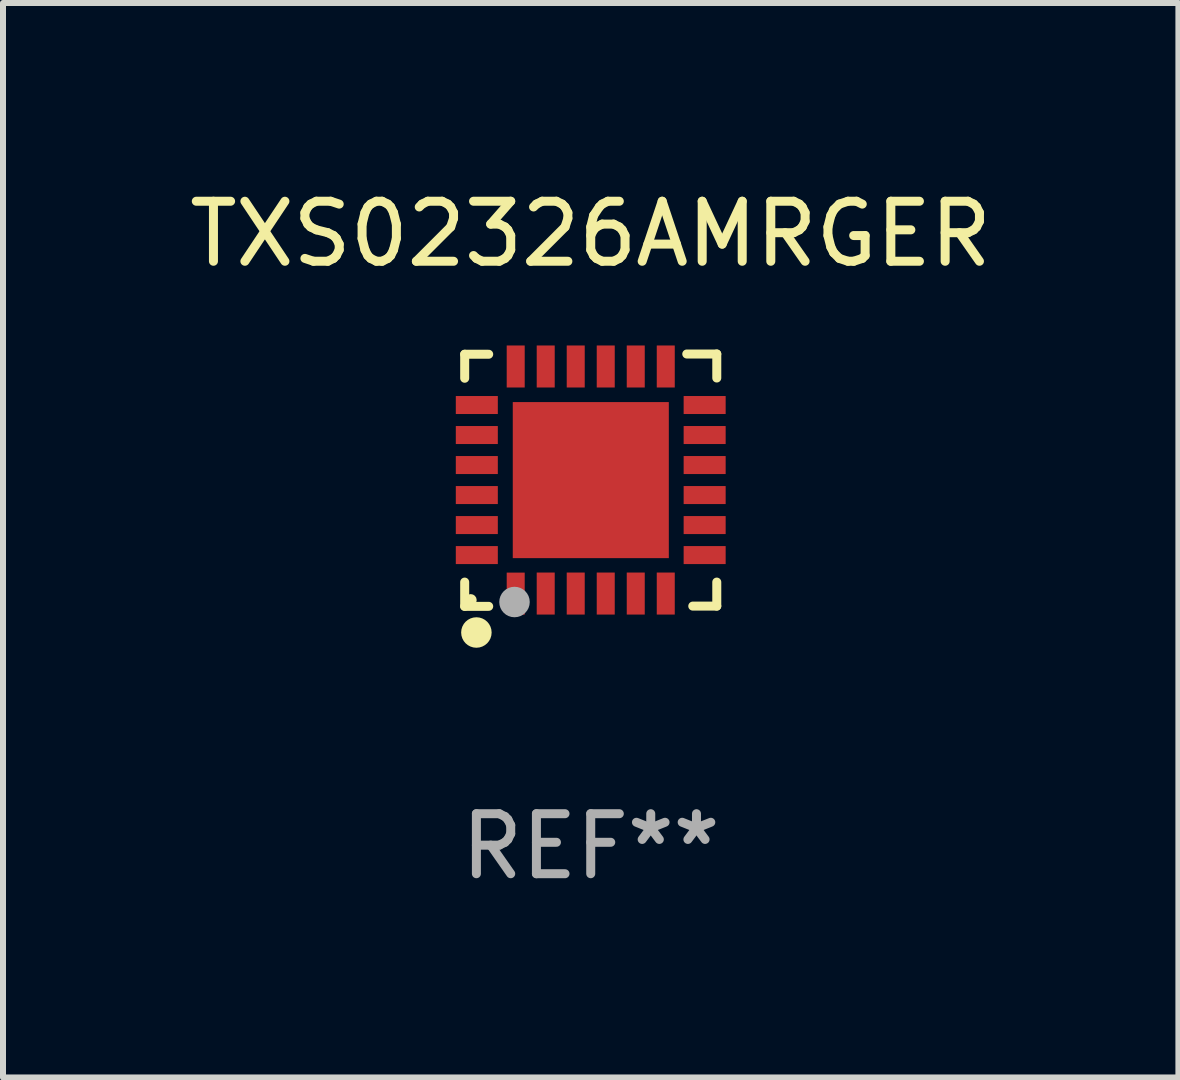
<source format=kicad_pcb>
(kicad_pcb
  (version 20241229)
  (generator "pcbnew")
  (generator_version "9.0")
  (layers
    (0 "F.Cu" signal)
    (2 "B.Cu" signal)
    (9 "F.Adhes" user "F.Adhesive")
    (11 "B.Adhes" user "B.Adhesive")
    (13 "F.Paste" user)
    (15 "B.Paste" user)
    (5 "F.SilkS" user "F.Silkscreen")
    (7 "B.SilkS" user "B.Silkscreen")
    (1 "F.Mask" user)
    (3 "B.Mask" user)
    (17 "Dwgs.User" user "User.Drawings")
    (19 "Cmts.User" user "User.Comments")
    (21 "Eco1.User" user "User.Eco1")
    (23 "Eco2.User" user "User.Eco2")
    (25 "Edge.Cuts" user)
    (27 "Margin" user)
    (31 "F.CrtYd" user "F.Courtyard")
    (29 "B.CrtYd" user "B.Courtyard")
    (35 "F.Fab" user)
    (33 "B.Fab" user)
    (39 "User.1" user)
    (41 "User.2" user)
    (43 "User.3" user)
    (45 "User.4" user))
  (footprint "TXS02326AMRGER"
    (layer "F.Cu")
    (at 6.792 4.95)
    (property "Reference" "TXS02326AMRGER" (at 0 -4.102 0) (layer "F.SilkS") (effects (font (size 1 1) (thickness 0.15))))
    (attr through_hole)
    (fp_line (start -2.1 -2.098) (end -1.7 -2.098) (stroke (width 0.15) (type solid)) (layer "F.SilkS"))
    (fp_line (start -2.1 -1.698) (end -2.1 -2.098) (stroke (width 0.15) (type solid)) (layer "F.SilkS"))
    (fp_line (start -2.1 2.102) (end -2.1 1.698) (stroke (width 0.15) (type solid)) (layer "F.SilkS"))
    (fp_line (start -1.7 2.102) (end -2.1 2.102) (stroke (width 0.15) (type solid)) (layer "F.SilkS"))
    (fp_line (start 1.6 -2.102) (end 2.1 -2.102) (stroke (width 0.15) (type solid)) (layer "F.SilkS"))
    (fp_line (start 1.7 2.098) (end 2.1 2.098) (stroke (width 0.15) (type solid)) (layer "F.SilkS"))
    (fp_line (start 2.1 -2.102) (end 2.1 -1.702) (stroke (width 0.15) (type solid)) (layer "F.SilkS"))
    (fp_line (start 2.1 2.098) (end 2.1 1.698) (stroke (width 0.15) (type solid)) (layer "F.SilkS"))
    (fp_circle (center -2 1.998) (end -1.95 1.998) (stroke (width 0.1) (type solid)) (fill no) (layer "F.SilkS"))
    (fp_circle (center -1.905 2.538) (end -1.778 2.538) (stroke (width 0.254) (type solid)) (fill no) (layer "F.SilkS"))
    (fp_circle (center -1.27 2.03) (end -1.143 2.03) (stroke (width 0.254) (type solid)) (fill no) (layer "F.Fab"))
    (fp_text user "REF**" (at 0 6.102 0) (layer "F.Fab") (effects (font (size 1 1) (thickness 0.15))))
    (pad "1" smd rect (at -1.25 1.89 180) (size 0.3 0.7) (layers "F.Cu" "F.Mask" "F.Paste"))
    (pad "2" smd rect (at -0.75 1.889 180) (size 0.3 0.7) (layers "F.Cu" "F.Mask" "F.Paste"))
    (pad "3" smd rect (at -0.25 1.889 180) (size 0.3 0.7) (layers "F.Cu" "F.Mask" "F.Paste"))
    (pad "4" smd rect (at 0.25 1.889 180) (size 0.3 0.7) (layers "F.Cu" "F.Mask" "F.Paste"))
    (pad "5" smd rect (at 0.75 1.889 180) (size 0.3 0.7) (layers "F.Cu" "F.Mask" "F.Paste"))
    (pad "6" smd rect (at 1.25 1.889 180) (size 0.3 0.7) (layers "F.Cu" "F.Mask" "F.Paste"))
    (pad "7" smd rect (at 1.898 1.248 270) (size 0.3 0.7) (layers "F.Cu" "F.Mask" "F.Paste"))
    (pad "8" smd rect (at 1.898 0.748 270) (size 0.3 0.7) (layers "F.Cu" "F.Mask" "F.Paste"))
    (pad "9" smd rect (at 1.898 0.248 270) (size 0.3 0.7) (layers "F.Cu" "F.Mask" "F.Paste"))
    (pad "10" smd rect (at 1.898 -0.252 270) (size 0.3 0.7) (layers "F.Cu" "F.Mask" "F.Paste"))
    (pad "11" smd rect (at 1.898 -0.752 270) (size 0.3 0.7) (layers "F.Cu" "F.Mask" "F.Paste"))
    (pad "12" smd rect (at 1.898 -1.252 270) (size 0.3 0.7) (layers "F.Cu" "F.Mask" "F.Paste"))
    (pad "13" smd rect (at 1.25 -1.894) (size 0.3 0.7) (layers "F.Cu" "F.Mask" "F.Paste"))
    (pad "14" smd rect (at 0.75 -1.894) (size 0.3 0.7) (layers "F.Cu" "F.Mask" "F.Paste"))
    (pad "15" smd rect (at 0.25 -1.894) (size 0.3 0.7) (layers "F.Cu" "F.Mask" "F.Paste"))
    (pad "16" smd rect (at -0.25 -1.894) (size 0.3 0.7) (layers "F.Cu" "F.Mask" "F.Paste"))
    (pad "17" smd rect (at -0.75 -1.894) (size 0.3 0.7) (layers "F.Cu" "F.Mask" "F.Paste"))
    (pad "18" smd rect (at -1.25 -1.894) (size 0.3 0.7) (layers "F.Cu" "F.Mask" "F.Paste"))
    (pad "19" smd rect (at -1.898 -1.252 90) (size 0.3 0.7) (layers "F.Cu" "F.Mask" "F.Paste"))
    (pad "20" smd rect (at -1.898 -0.752 90) (size 0.3 0.7) (layers "F.Cu" "F.Mask" "F.Paste"))
    (pad "21" smd rect (at -1.898 -0.252 90) (size 0.3 0.7) (layers "F.Cu" "F.Mask" "F.Paste"))
    (pad "22" smd rect (at -1.898 0.248 90) (size 0.3 0.7) (layers "F.Cu" "F.Mask" "F.Paste"))
    (pad "23" smd rect (at -1.898 0.748 90) (size 0.3 0.7) (layers "F.Cu" "F.Mask" "F.Paste"))
    (pad "24" smd rect (at -1.898 1.248 90) (size 0.3 0.7) (layers "F.Cu" "F.Mask" "F.Paste"))
    (pad "25" smd rect (at 0.001 -0.001 90) (size 2.6 2.6) (layers "F.Cu" "F.Mask" "F.Paste")))
  (gr_rect
    (start -3 -3)
    (end 16.583 14.901)
    (stroke (width 0.1) (type default))
    (fill no)
    (layer "Edge.Cuts")))
</source>
